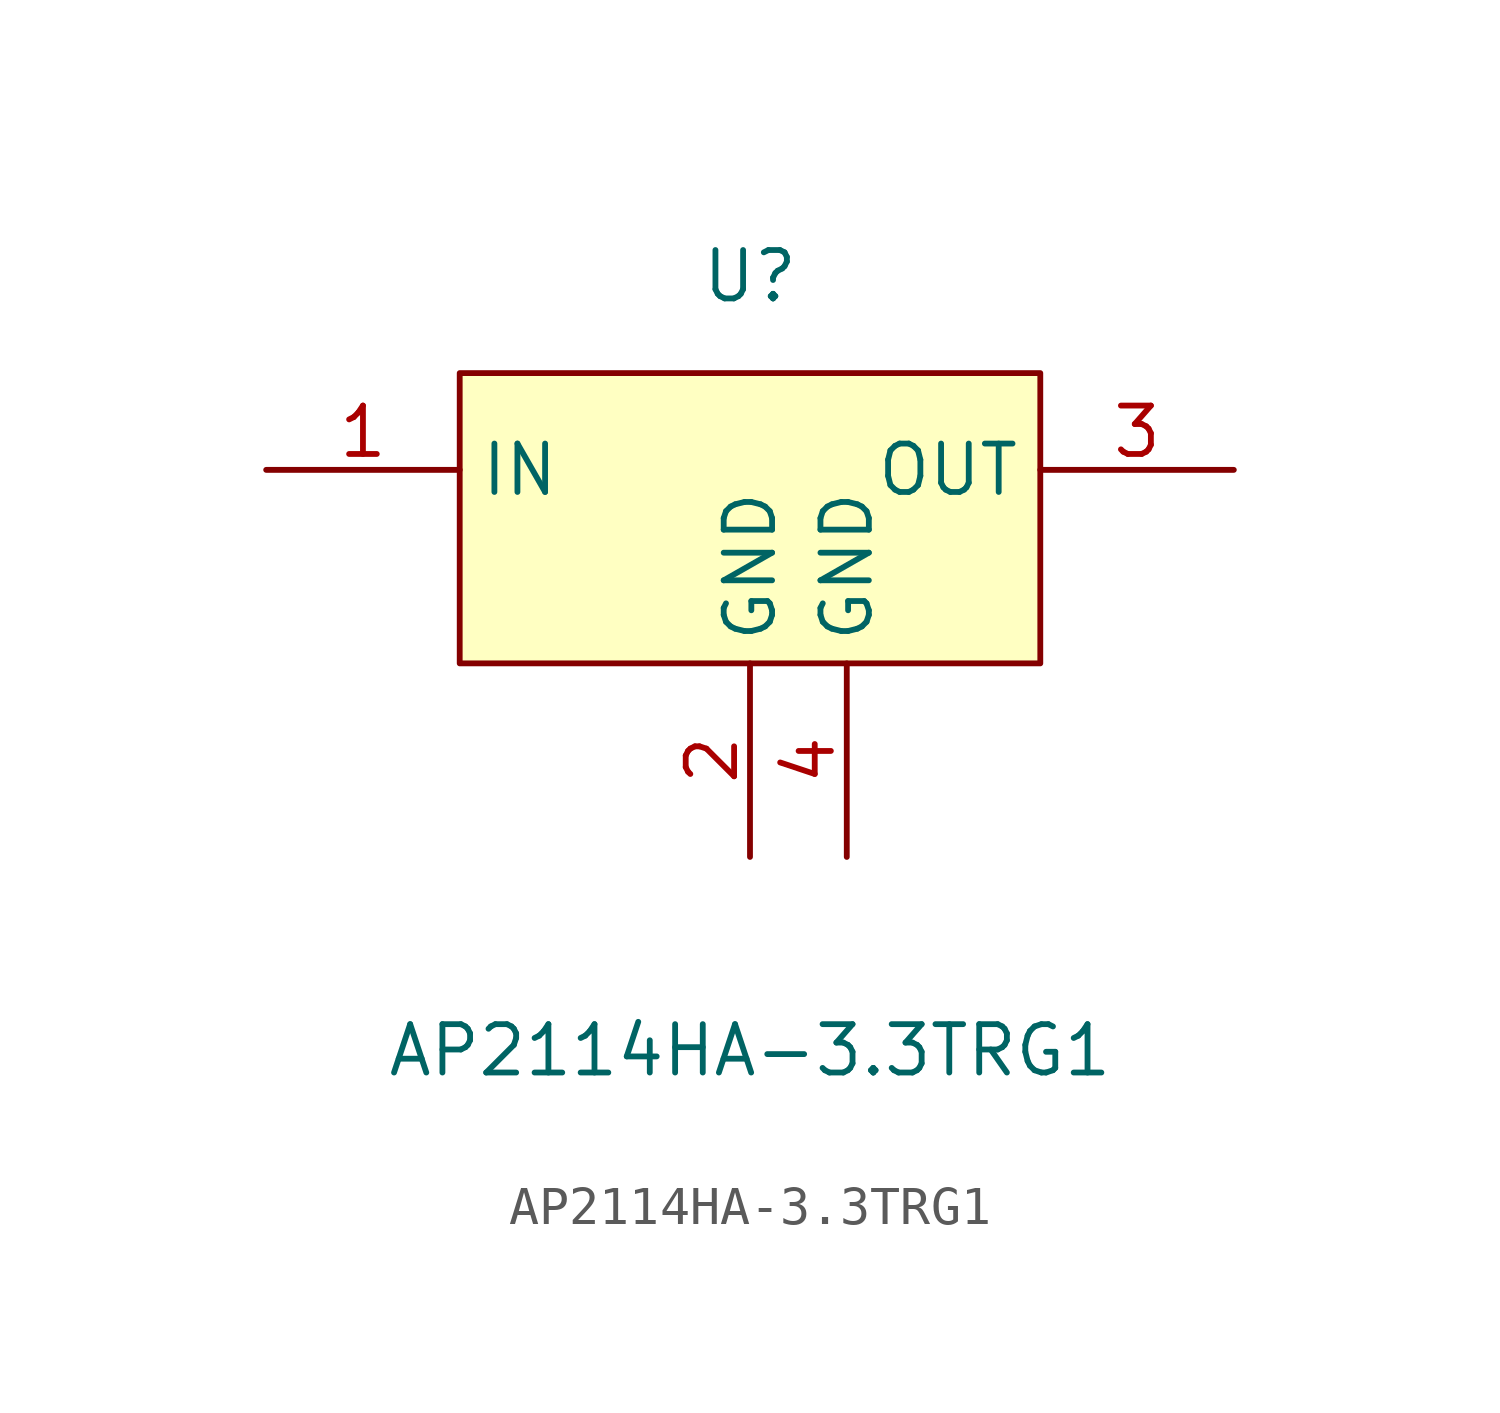
<source format=kicad_sym>
(kicad_symbol_lib
  (version 20211014)
  (generator https://github.com/uPesy/easyeda2kicad.py)
  (symbol "AP2114HA-3.3TRG1"
    (property "Reference" "U"
      (at 0 5.08 0)
      (effects (font (size 1.27 1.27))))
    (property "Value" "AP2114HA-3.3TRG1"
      (at 0 -15.24 0)
      (effects (font (size 1.27 1.27))))
    (symbol "AP2114HA-3.3TRG1_0_1"
      (rectangle (start -7.62 2.54) (end 7.62 -5.08) (stroke (width 0) (type default) (color 0 0 0 0)) (fill (type background)))
      (pin power_in line (at 12.70 -0.00 180) (length 5.08) (name "OUT" (effects (font (size 1.27 1.27)))) (number "3" (effects (font (size 1.27 1.27)))))
      (pin power_in line (at 0.00 -10.16 90) (length 5.08) (name "GND" (effects (font (size 1.27 1.27)))) (number "2" (effects (font (size 1.27 1.27)))))
      (pin power_in line (at -12.70 -0.00 0) (length 5.08) (name "IN" (effects (font (size 1.27 1.27)))) (number "1" (effects (font (size 1.27 1.27)))))
      (pin power_in line (at 2.54 -10.16 90) (length 5.08) (name "GND" (effects (font (size 1.27 1.27)))) (number "4" (effects (font (size 1.27 1.27))))))))
</source>
